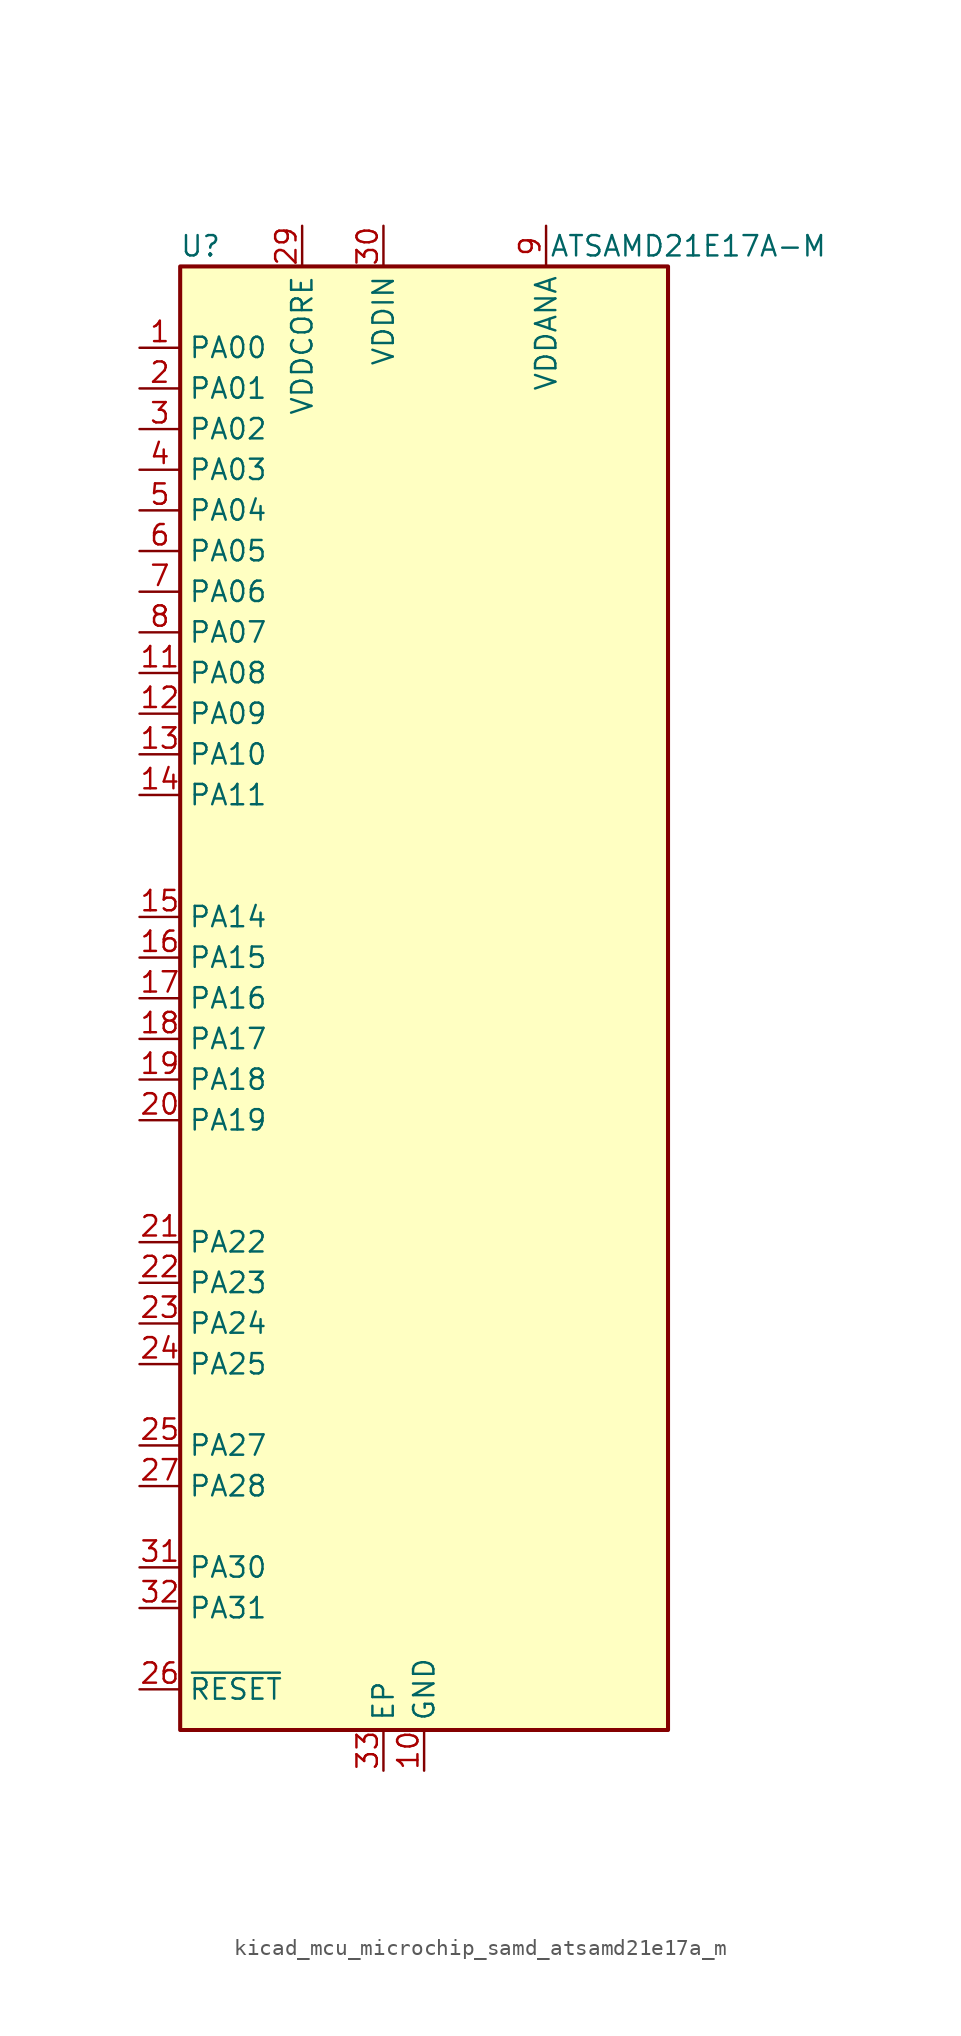
<source format=kicad_sym>
(kicad_symbol_lib
  (version 20220914)
  (generator kicad_symbol_editor)
  (symbol "kicad_mcu_microchip_samd_atsamd21e17a_m"
    (property "Reference" "U"
      (at -13.97 46.99 0)
      (effects (font (size 1.27 1.27))))
    (property "Value" "ATSAMD21E17A-M"
      (at 16.51 46.99 0)
      (effects (font (size 1.27 1.27))))
    (symbol "kicad_mcu_microchip_samd_atsamd21e17a_m_1_1"
      (rectangle (start -15.24 45.72) (end 15.24 -45.72) (stroke (width 0.254) (type default)) (fill (type background)))
      (pin bidirectional line (at -17.78 40.64 0) (length 2.54) (name "PA00" (effects (font (size 1.27 1.27)))) (number "1" (effects (font (size 1.27 1.27)))))
      (pin power_in line (at 0 -48.26 90) (length 2.54) (name "GND" (effects (font (size 1.27 1.27)))) (number "10" (effects (font (size 1.27 1.27)))))
      (pin bidirectional line (at -17.78 20.32 0) (length 2.54) (name "PA08" (effects (font (size 1.27 1.27)))) (number "11" (effects (font (size 1.27 1.27)))))
      (pin bidirectional line (at -17.78 17.78 0) (length 2.54) (name "PA09" (effects (font (size 1.27 1.27)))) (number "12" (effects (font (size 1.27 1.27)))))
      (pin bidirectional line (at -17.78 15.24 0) (length 2.54) (name "PA10" (effects (font (size 1.27 1.27)))) (number "13" (effects (font (size 1.27 1.27)))))
      (pin bidirectional line (at -17.78 12.7 0) (length 2.54) (name "PA11" (effects (font (size 1.27 1.27)))) (number "14" (effects (font (size 1.27 1.27)))))
      (pin bidirectional line (at -17.78 5.08 0) (length 2.54) (name "PA14" (effects (font (size 1.27 1.27)))) (number "15" (effects (font (size 1.27 1.27)))))
      (pin bidirectional line (at -17.78 2.54 0) (length 2.54) (name "PA15" (effects (font (size 1.27 1.27)))) (number "16" (effects (font (size 1.27 1.27)))))
      (pin bidirectional line (at -17.78 0 0) (length 2.54) (name "PA16" (effects (font (size 1.27 1.27)))) (number "17" (effects (font (size 1.27 1.27)))))
      (pin bidirectional line (at -17.78 -2.54 0) (length 2.54) (name "PA17" (effects (font (size 1.27 1.27)))) (number "18" (effects (font (size 1.27 1.27)))))
      (pin bidirectional line (at -17.78 -5.08 0) (length 2.54) (name "PA18" (effects (font (size 1.27 1.27)))) (number "19" (effects (font (size 1.27 1.27)))))
      (pin bidirectional line (at -17.78 38.1 0) (length 2.54) (name "PA01" (effects (font (size 1.27 1.27)))) (number "2" (effects (font (size 1.27 1.27)))))
      (pin bidirectional line (at -17.78 -7.62 0) (length 2.54) (name "PA19" (effects (font (size 1.27 1.27)))) (number "20" (effects (font (size 1.27 1.27)))))
      (pin bidirectional line (at -17.78 -15.24 0) (length 2.54) (name "PA22" (effects (font (size 1.27 1.27)))) (number "21" (effects (font (size 1.27 1.27)))))
      (pin bidirectional line (at -17.78 -17.78 0) (length 2.54) (name "PA23" (effects (font (size 1.27 1.27)))) (number "22" (effects (font (size 1.27 1.27)))))
      (pin bidirectional line (at -17.78 -20.32 0) (length 2.54) (name "PA24" (effects (font (size 1.27 1.27)))) (number "23" (effects (font (size 1.27 1.27)))))
      (pin bidirectional line (at -17.78 -22.86 0) (length 2.54) (name "PA25" (effects (font (size 1.27 1.27)))) (number "24" (effects (font (size 1.27 1.27)))))
      (pin bidirectional line (at -17.78 -27.94 0) (length 2.54) (name "PA27" (effects (font (size 1.27 1.27)))) (number "25" (effects (font (size 1.27 1.27)))))
      (pin input line (at -17.78 -43.18 0) (length 2.54) (name "~{RESET}" (effects (font (size 1.27 1.27)))) (number "26" (effects (font (size 1.27 1.27)))))
      (pin bidirectional line (at -17.78 -30.48 0) (length 2.54) (name "PA28" (effects (font (size 1.27 1.27)))) (number "27" (effects (font (size 1.27 1.27)))))
      (pin passive line (at 0 -48.26 90) (length 2.54) hide (name "GND" (effects (font (size 1.27 1.27)))) (number "28" (effects (font (size 1.27 1.27)))))
      (pin power_out line (at -7.62 48.26 270) (length 2.54) (name "VDDCORE" (effects (font (size 1.27 1.27)))) (number "29" (effects (font (size 1.27 1.27)))))
      (pin bidirectional line (at -17.78 35.56 0) (length 2.54) (name "PA02" (effects (font (size 1.27 1.27)))) (number "3" (effects (font (size 1.27 1.27)))))
      (pin power_in line (at -2.54 48.26 270) (length 2.54) (name "VDDIN" (effects (font (size 1.27 1.27)))) (number "30" (effects (font (size 1.27 1.27)))))
      (pin bidirectional line (at -17.78 -35.56 0) (length 2.54) (name "PA30" (effects (font (size 1.27 1.27)))) (number "31" (effects (font (size 1.27 1.27)))))
      (pin bidirectional line (at -17.78 -38.1 0) (length 2.54) (name "PA31" (effects (font (size 1.27 1.27)))) (number "32" (effects (font (size 1.27 1.27)))))
      (pin passive line (at -2.54 -48.26 90) (length 2.54) (name "EP" (effects (font (size 1.27 1.27)))) (number "33" (effects (font (size 1.27 1.27)))))
      (pin bidirectional line (at -17.78 33.02 0) (length 2.54) (name "PA03" (effects (font (size 1.27 1.27)))) (number "4" (effects (font (size 1.27 1.27)))))
      (pin bidirectional line (at -17.78 30.48 0) (length 2.54) (name "PA04" (effects (font (size 1.27 1.27)))) (number "5" (effects (font (size 1.27 1.27)))))
      (pin bidirectional line (at -17.78 27.94 0) (length 2.54) (name "PA05" (effects (font (size 1.27 1.27)))) (number "6" (effects (font (size 1.27 1.27)))))
      (pin bidirectional line (at -17.78 25.4 0) (length 2.54) (name "PA06" (effects (font (size 1.27 1.27)))) (number "7" (effects (font (size 1.27 1.27)))))
      (pin bidirectional line (at -17.78 22.86 0) (length 2.54) (name "PA07" (effects (font (size 1.27 1.27)))) (number "8" (effects (font (size 1.27 1.27)))))
      (pin power_in line (at 7.62 48.26 270) (length 2.54) (name "VDDANA" (effects (font (size 1.27 1.27)))) (number "9" (effects (font (size 1.27 1.27))))))))
</source>
